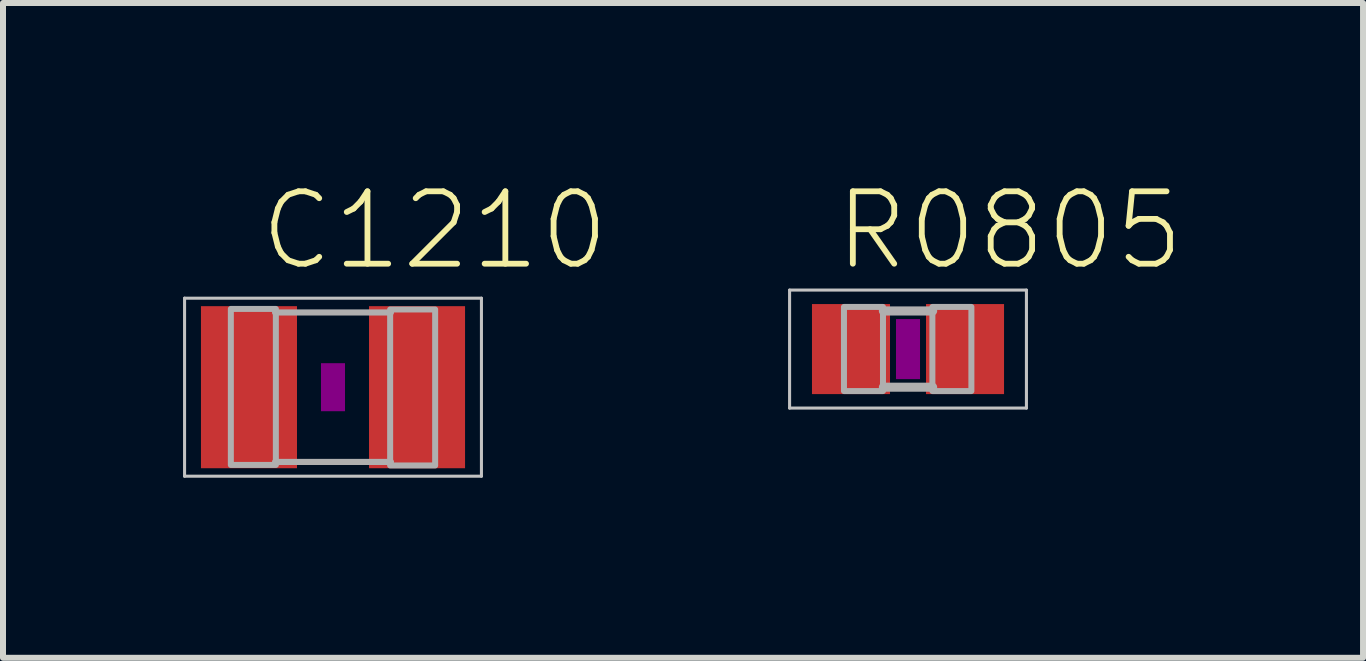
<source format=kicad_pcb>
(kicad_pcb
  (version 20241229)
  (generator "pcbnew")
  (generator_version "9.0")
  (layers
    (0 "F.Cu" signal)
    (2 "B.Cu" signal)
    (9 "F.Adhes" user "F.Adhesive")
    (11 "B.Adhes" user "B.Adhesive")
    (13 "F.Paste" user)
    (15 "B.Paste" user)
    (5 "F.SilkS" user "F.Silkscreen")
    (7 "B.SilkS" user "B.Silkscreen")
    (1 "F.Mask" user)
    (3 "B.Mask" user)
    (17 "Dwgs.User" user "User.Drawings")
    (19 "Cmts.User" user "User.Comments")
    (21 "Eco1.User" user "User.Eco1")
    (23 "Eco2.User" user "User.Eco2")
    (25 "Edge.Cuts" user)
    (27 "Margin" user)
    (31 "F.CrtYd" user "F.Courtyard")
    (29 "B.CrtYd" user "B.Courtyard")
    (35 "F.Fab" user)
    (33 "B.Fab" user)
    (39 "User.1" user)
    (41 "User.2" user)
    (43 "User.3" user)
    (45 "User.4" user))
  (footprint "R0805"
    (layer "F.Cu")
    (at 12.078 2.766)
    (property "Reference" "R0805" (at -1.27 -1.27 180) (layer "F.SilkS") (effects (font (size 1.206 1.206) (thickness 0.097)) (justify left bottom)))
    (attr through_hole)
    (fp_poly (pts (xy -0.2 0.5) (xy 0.2 0.5) (xy 0.2 -0.5) (xy -0.2 -0.5)) (stroke (width 0) (type solid)) (fill yes) (layer "F.Adhes"))
    (fp_line (start -1.973 -0.983) (end 1.973 -0.983) (stroke (width 0.051) (type solid)) (layer "Dwgs.User"))
    (fp_line (start -1.973 0.983) (end -1.973 -0.983) (stroke (width 0.051) (type solid)) (layer "Dwgs.User"))
    (fp_line (start 1.973 -0.983) (end 1.973 0.983) (stroke (width 0.051) (type solid)) (layer "Dwgs.User"))
    (fp_line (start 1.973 0.983) (end -1.973 0.983) (stroke (width 0.051) (type solid)) (layer "Dwgs.User"))
    (fp_line (start -0.41 -0.635) (end 0.41 -0.635) (stroke (width 0.152) (type solid)) (layer "F.Fab"))
    (fp_line (start -0.41 0.635) (end 0.41 0.635) (stroke (width 0.152) (type solid)) (layer "F.Fab"))
    (fp_poly (pts (xy -1.067 0.699) (xy -0.417 0.699) (xy -0.417 -0.702) (xy -1.067 -0.702)) (stroke (width 0.1) (type solid)) (fill no) (layer "F.Fab"))
    (fp_poly (pts (xy 0.406 0.699) (xy 1.056 0.699) (xy 1.056 -0.702) (xy 0.406 -0.702)) (stroke (width 0.1) (type solid)) (fill no) (layer "F.Fab"))
    (pad "1" smd rect (at -0.95 0) (size 1.3 1.5) (layers "F.Cu" "F.Mask" "F.Paste"))
    (pad "2" smd rect (at 0.95 0) (size 1.3 1.5) (layers "F.Cu" "F.Mask" "F.Paste")))
  (footprint "C1210"
    (layer "F.Cu")
    (at 2.498 3.401)
    (property "Reference" "C1210" (at -1.27 -1.905 180) (layer "F.SilkS") (effects (font (size 1.206 1.206) (thickness 0.097)) (justify left bottom)))
    (attr through_hole)
    (fp_poly (pts (xy -0.2 0.4) (xy 0.2 0.4) (xy 0.2 -0.4) (xy -0.2 -0.4)) (stroke (width 0) (type solid)) (fill yes) (layer "F.Adhes"))
    (fp_line (start -2.473 -1.483) (end 2.473 -1.483) (stroke (width 0.051) (type solid)) (layer "Dwgs.User"))
    (fp_line (start -2.473 1.483) (end -2.473 -1.483) (stroke (width 0.051) (type solid)) (layer "Dwgs.User"))
    (fp_line (start 2.473 -1.483) (end 2.473 1.483) (stroke (width 0.051) (type solid)) (layer "Dwgs.User"))
    (fp_line (start 2.473 1.483) (end -2.473 1.483) (stroke (width 0.051) (type solid)) (layer "Dwgs.User"))
    (fp_line (start -0.965 -1.245) (end 0.965 -1.245) (stroke (width 0.102) (type solid)) (layer "F.Fab"))
    (fp_line (start -0.965 1.245) (end 0.965 1.245) (stroke (width 0.102) (type solid)) (layer "F.Fab"))
    (fp_poly (pts (xy -1.702 1.295) (xy -0.952 1.295) (xy -0.952 -1.304) (xy -1.702 -1.304)) (stroke (width 0.1) (type solid)) (fill no) (layer "F.Fab"))
    (fp_poly (pts (xy 0.952 1.304) (xy 1.702 1.304) (xy 1.702 -1.295) (xy 0.952 -1.295)) (stroke (width 0.1) (type solid)) (fill no) (layer "F.Fab"))
    (pad "1" smd rect (at -1.4 0) (size 1.6 2.7) (layers "F.Cu" "F.Mask" "F.Paste"))
    (pad "2" smd rect (at 1.4 0) (size 1.6 2.7) (layers "F.Cu" "F.Mask" "F.Paste")))
  (gr_rect
    (start -3 -3)
    (end 19.659 7.909)
    (stroke (width 0.1) (type default))
    (fill no)
    (layer "Edge.Cuts")))
</source>
